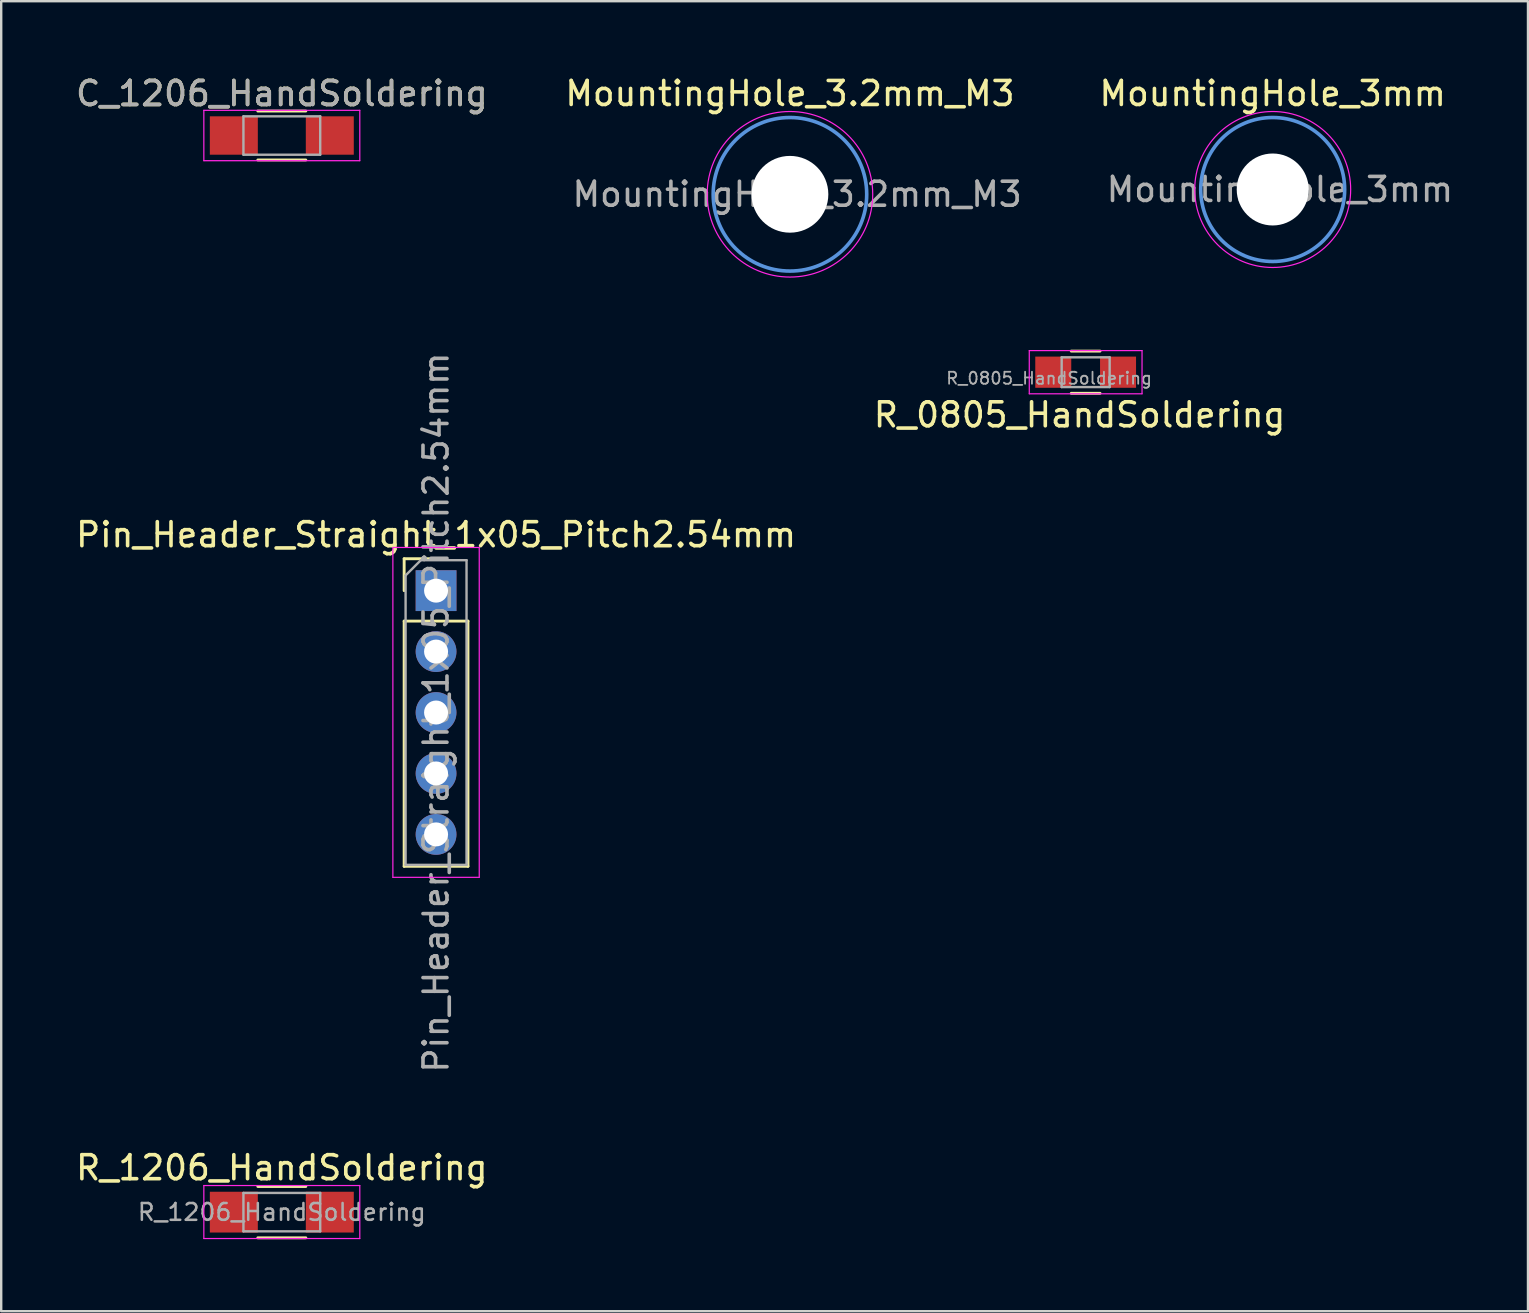
<source format=kicad_pcb>
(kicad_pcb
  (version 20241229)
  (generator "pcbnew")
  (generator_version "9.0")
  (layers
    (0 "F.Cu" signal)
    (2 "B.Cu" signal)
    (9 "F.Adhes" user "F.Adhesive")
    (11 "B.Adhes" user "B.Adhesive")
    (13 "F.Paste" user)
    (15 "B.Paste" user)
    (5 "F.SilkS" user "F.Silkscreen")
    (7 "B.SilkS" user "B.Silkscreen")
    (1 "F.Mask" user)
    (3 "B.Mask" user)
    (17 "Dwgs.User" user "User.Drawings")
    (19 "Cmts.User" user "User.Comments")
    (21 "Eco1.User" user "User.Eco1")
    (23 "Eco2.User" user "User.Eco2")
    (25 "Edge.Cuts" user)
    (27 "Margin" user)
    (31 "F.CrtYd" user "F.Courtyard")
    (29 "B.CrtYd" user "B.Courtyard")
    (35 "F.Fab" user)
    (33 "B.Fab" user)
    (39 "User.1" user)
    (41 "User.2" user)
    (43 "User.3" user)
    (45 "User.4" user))
  (footprint "MountingHole_3mm"
    (layer "F.Cu")
    (at 49.996 4.848)
    (property "Reference" "MountingHole_3mm" (at 0 -4 0) (layer "F.SilkS") (effects (font (size 1 1) (thickness 0.15))))
    (attr exclude_from_pos_files exclude_from_bom)
    (fp_circle (center 0 0) (end 3 0) (stroke (width 0.15) (type solid)) (fill no) (layer "Cmts.User"))
    (fp_circle (center 0 0) (end 3.25 0) (stroke (width 0.05) (type solid)) (fill no) (layer "F.CrtYd"))
    (fp_text user "${REFERENCE}" (at 0.3 0 0) (layer "F.Fab") (effects (font (size 1 1) (thickness 0.15))))
    (pad "" np_thru_hole circle (at 0 0) (size 3 3) (drill 3) (layers "*.Cu" "*.Mask")))
  (footprint "Pin_Header_Straight_1x05_Pitch2.54mm"
    (layer "F.Cu")
    (at 15.125 21.568)
    (property "Reference" "Pin_Header_Straight_1x05_Pitch2.54mm" (at 0 -2.33 0) (layer "F.SilkS") (effects (font (size 1 1) (thickness 0.15))))
    (attr through_hole)
    (fp_line (start -1.33 -1.33) (end 0 -1.33) (stroke (width 0.12) (type solid)) (layer "F.SilkS"))
    (fp_line (start -1.33 0) (end -1.33 -1.33) (stroke (width 0.12) (type solid)) (layer "F.SilkS"))
    (fp_line (start -1.33 1.27) (end -1.33 11.49) (stroke (width 0.12) (type solid)) (layer "F.SilkS"))
    (fp_line (start -1.33 1.27) (end 1.33 1.27) (stroke (width 0.12) (type solid)) (layer "F.SilkS"))
    (fp_line (start -1.33 11.49) (end 1.33 11.49) (stroke (width 0.12) (type solid)) (layer "F.SilkS"))
    (fp_line (start 1.33 1.27) (end 1.33 11.49) (stroke (width 0.12) (type solid)) (layer "F.SilkS"))
    (fp_line (start -1.8 -1.8) (end -1.8 11.95) (stroke (width 0.05) (type solid)) (layer "F.CrtYd"))
    (fp_line (start -1.8 11.95) (end 1.8 11.95) (stroke (width 0.05) (type solid)) (layer "F.CrtYd"))
    (fp_line (start 1.8 -1.8) (end -1.8 -1.8) (stroke (width 0.05) (type solid)) (layer "F.CrtYd"))
    (fp_line (start 1.8 11.95) (end 1.8 -1.8) (stroke (width 0.05) (type solid)) (layer "F.CrtYd"))
    (fp_line (start -1.27 -0.635) (end -0.635 -1.27) (stroke (width 0.1) (type solid)) (layer "F.Fab"))
    (fp_line (start -1.27 11.43) (end -1.27 -0.635) (stroke (width 0.1) (type solid)) (layer "F.Fab"))
    (fp_line (start -0.635 -1.27) (end 1.27 -1.27) (stroke (width 0.1) (type solid)) (layer "F.Fab"))
    (fp_line (start 1.27 -1.27) (end 1.27 11.43) (stroke (width 0.1) (type solid)) (layer "F.Fab"))
    (fp_line (start 1.27 11.43) (end -1.27 11.43) (stroke (width 0.1) (type solid)) (layer "F.Fab"))
    (fp_text user "${REFERENCE}" (at 0 5.08 90) (layer "F.Fab") (effects (font (size 1 1) (thickness 0.15))))
    (pad "1" thru_hole rect (at 0 0) (size 1.7 1.7) (drill 1) (layers "*.Cu" "*.Mask"))
    (pad "2" thru_hole oval (at 0 2.54) (size 1.7 1.7) (drill 1) (layers "*.Cu" "*.Mask"))
    (pad "3" thru_hole oval (at 0 5.08) (size 1.7 1.7) (drill 1) (layers "*.Cu" "*.Mask"))
    (pad "4" thru_hole oval (at 0 7.62) (size 1.7 1.7) (drill 1) (layers "*.Cu" "*.Mask"))
    (pad "5" thru_hole oval (at 0 10.16) (size 1.7 1.7) (drill 1) (layers "*.Cu" "*.Mask")))
  (footprint "R_1206_HandSoldering"
    (layer "F.Cu")
    (at 8.696 47.472)
    (property "Reference" "R_1206_HandSoldering" (at 0 -1.85 0) (layer "F.SilkS") (effects (font (size 1 1) (thickness 0.15))))
    (attr smd)
    (fp_line (start -1 -1.07) (end 1 -1.07) (stroke (width 0.12) (type solid)) (layer "F.SilkS"))
    (fp_line (start 1 1.07) (end -1 1.07) (stroke (width 0.12) (type solid)) (layer "F.SilkS"))
    (fp_line (start -3.25 -1.11) (end -3.25 1.1) (stroke (width 0.05) (type solid)) (layer "F.CrtYd"))
    (fp_line (start -3.25 -1.11) (end 3.25 -1.11) (stroke (width 0.05) (type solid)) (layer "F.CrtYd"))
    (fp_line (start 3.25 1.1) (end -3.25 1.1) (stroke (width 0.05) (type solid)) (layer "F.CrtYd"))
    (fp_line (start 3.25 1.1) (end 3.25 -1.11) (stroke (width 0.05) (type solid)) (layer "F.CrtYd"))
    (fp_line (start -1.6 -0.8) (end 1.6 -0.8) (stroke (width 0.1) (type solid)) (layer "F.Fab"))
    (fp_line (start -1.6 0.8) (end -1.6 -0.8) (stroke (width 0.1) (type solid)) (layer "F.Fab"))
    (fp_line (start 1.6 -0.8) (end 1.6 0.8) (stroke (width 0.1) (type solid)) (layer "F.Fab"))
    (fp_line (start 1.6 0.8) (end -1.6 0.8) (stroke (width 0.1) (type solid)) (layer "F.Fab"))
    (fp_text user "${REFERENCE}" (at 0 0 0) (layer "F.Fab") (effects (font (size 0.7 0.7) (thickness 0.105))))
    (pad "1" smd rect (at -2 0) (size 2 1.7) (layers "F.Cu" "F.Mask" "F.Paste"))
    (pad "2" smd rect (at 2 0) (size 2 1.7) (layers "F.Cu" "F.Mask" "F.Paste")))
  (footprint "R_0805_HandSoldering"
    (layer "F.Cu")
    (at 42.2 12.463)
    (property "Reference" "R_0805_HandSoldering" (at -0.254 1.778 0) (layer "F.SilkS") (effects (font (size 1 1) (thickness 0.15))))
    (attr smd)
    (fp_line (start -0.6 -0.88) (end 0.6 -0.88) (stroke (width 0.12) (type solid)) (layer "F.SilkS"))
    (fp_line (start 0.6 0.88) (end -0.6 0.88) (stroke (width 0.12) (type solid)) (layer "F.SilkS"))
    (fp_line (start -2.35 -0.9) (end -2.35 0.9) (stroke (width 0.05) (type solid)) (layer "F.CrtYd"))
    (fp_line (start -2.35 -0.9) (end 2.35 -0.9) (stroke (width 0.05) (type solid)) (layer "F.CrtYd"))
    (fp_line (start 2.35 0.9) (end -2.35 0.9) (stroke (width 0.05) (type solid)) (layer "F.CrtYd"))
    (fp_line (start 2.35 0.9) (end 2.35 -0.9) (stroke (width 0.05) (type solid)) (layer "F.CrtYd"))
    (fp_line (start -1 -0.62) (end 1 -0.62) (stroke (width 0.1) (type solid)) (layer "F.Fab"))
    (fp_line (start -1 0.62) (end -1 -0.62) (stroke (width 0.1) (type solid)) (layer "F.Fab"))
    (fp_line (start 1 -0.62) (end 1 0.62) (stroke (width 0.1) (type solid)) (layer "F.Fab"))
    (fp_line (start 1 0.62) (end -1 0.62) (stroke (width 0.1) (type solid)) (layer "F.Fab"))
    (fp_text user "${REFERENCE}" (at -1.524 0.254 0) (layer "F.Fab") (effects (font (size 0.5 0.5) (thickness 0.075))))
    (pad "1" smd rect (at -1.35 0) (size 1.5 1.3) (layers "F.Cu" "F.Mask" "F.Paste"))
    (pad "2" smd rect (at 1.35 0) (size 1.5 1.3) (layers "F.Cu" "F.Mask" "F.Paste")))
  (footprint "MountingHole_3.2mm_M3"
    (layer "F.Cu")
    (at 29.875 5.048)
    (property "Reference" "MountingHole_3.2mm_M3" (at 0 -4.2 0) (layer "F.SilkS") (effects (font (size 1 1) (thickness 0.15))))
    (attr exclude_from_pos_files exclude_from_bom)
    (fp_circle (center 0 0) (end 3.2 0) (stroke (width 0.15) (type solid)) (fill no) (layer "Cmts.User"))
    (fp_circle (center 0 0) (end 3.45 0) (stroke (width 0.05) (type solid)) (fill no) (layer "F.CrtYd"))
    (fp_text user "${REFERENCE}" (at 0.3 0 0) (layer "F.Fab") (effects (font (size 1 1) (thickness 0.15))))
    (pad "" np_thru_hole circle (at 0 0) (size 3.2 3.2) (drill 3.2) (layers "*.Cu" "*.Mask")))
  (footprint "C_1206_HandSoldering"
    (layer "F.Cu")
    (at 8.696 2.598)
    (property "Reference" "C_1206_HandSoldering" (at 0 -1.75 0) (layer "F.SilkS") (effects (font (size 1 1) (thickness 0.15))))
    (attr smd)
    (fp_line (start -1 1.02) (end 1 1.02) (stroke (width 0.12) (type solid)) (layer "F.SilkS"))
    (fp_line (start 1 -1.02) (end -1 -1.02) (stroke (width 0.12) (type solid)) (layer "F.SilkS"))
    (fp_line (start -3.25 -1.05) (end -3.25 1.05) (stroke (width 0.05) (type solid)) (layer "F.CrtYd"))
    (fp_line (start -3.25 -1.05) (end 3.25 -1.05) (stroke (width 0.05) (type solid)) (layer "F.CrtYd"))
    (fp_line (start 3.25 1.05) (end -3.25 1.05) (stroke (width 0.05) (type solid)) (layer "F.CrtYd"))
    (fp_line (start 3.25 1.05) (end 3.25 -1.05) (stroke (width 0.05) (type solid)) (layer "F.CrtYd"))
    (fp_line (start -1.6 -0.8) (end 1.6 -0.8) (stroke (width 0.1) (type solid)) (layer "F.Fab"))
    (fp_line (start -1.6 0.8) (end -1.6 -0.8) (stroke (width 0.1) (type solid)) (layer "F.Fab"))
    (fp_line (start 1.6 -0.8) (end 1.6 0.8) (stroke (width 0.1) (type solid)) (layer "F.Fab"))
    (fp_line (start 1.6 0.8) (end -1.6 0.8) (stroke (width 0.1) (type solid)) (layer "F.Fab"))
    (fp_text user "${REFERENCE}" (at 0 -1.75 0) (layer "F.Fab") (effects (font (size 1 1) (thickness 0.15))))
    (pad "1" smd rect (at -2 0) (size 2 1.6) (layers "F.Cu" "F.Mask" "F.Paste"))
    (pad "2" smd rect (at 2 0) (size 2 1.6) (layers "F.Cu" "F.Mask" "F.Paste")))
  (gr_rect
    (start -3 -3)
    (end 60.636 51.602)
    (stroke (width 0.1) (type default))
    (fill no)
    (layer "Edge.Cuts")))
</source>
